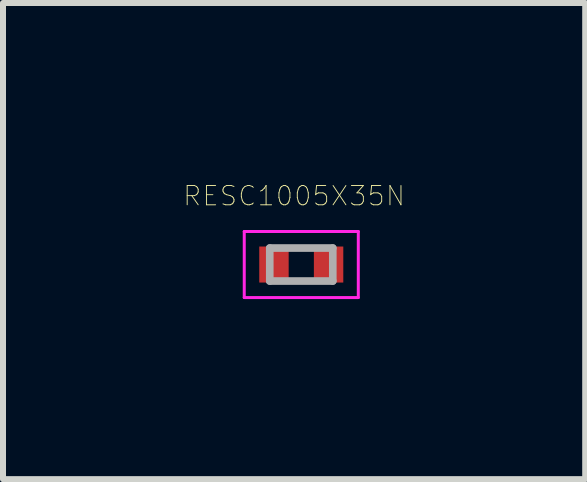
<source format=kicad_pcb>
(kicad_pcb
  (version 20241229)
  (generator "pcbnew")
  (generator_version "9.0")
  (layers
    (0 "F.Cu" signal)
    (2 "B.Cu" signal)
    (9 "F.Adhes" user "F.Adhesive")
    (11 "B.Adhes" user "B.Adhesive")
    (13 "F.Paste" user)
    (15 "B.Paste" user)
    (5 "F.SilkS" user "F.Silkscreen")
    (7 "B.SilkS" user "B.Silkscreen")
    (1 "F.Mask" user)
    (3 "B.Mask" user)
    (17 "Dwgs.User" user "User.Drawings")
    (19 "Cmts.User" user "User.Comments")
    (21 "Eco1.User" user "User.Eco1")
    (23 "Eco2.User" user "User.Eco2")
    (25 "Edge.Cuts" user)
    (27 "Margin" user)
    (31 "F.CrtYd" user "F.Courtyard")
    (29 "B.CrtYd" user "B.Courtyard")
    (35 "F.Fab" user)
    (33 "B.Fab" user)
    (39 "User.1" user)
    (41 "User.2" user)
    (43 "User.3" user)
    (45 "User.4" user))
  (footprint "RESC1005X35N"
    (layer "F.Cu")
    (at 1.969 1.357)
    (property "Reference" "RESC1005X35N" (at -0.12 -1.143 0) (layer "F.SilkS") (effects (font (size 0.321 0.321) (thickness 0.015))))
    (attr through_hole)
    (fp_line (start -0.95 -0.55) (end 0.95 -0.55) (stroke (width 0.05) (type solid)) (layer "F.CrtYd"))
    (fp_line (start -0.95 0.55) (end -0.95 -0.55) (stroke (width 0.05) (type solid)) (layer "F.CrtYd"))
    (fp_line (start 0.95 -0.55) (end 0.95 0.55) (stroke (width 0.05) (type solid)) (layer "F.CrtYd"))
    (fp_line (start 0.95 0.55) (end -0.95 0.55) (stroke (width 0.05) (type solid)) (layer "F.CrtYd"))
    (fp_line (start -0.525 -0.275) (end -0.525 0.275) (stroke (width 0.127) (type solid)) (layer "F.Fab"))
    (fp_line (start -0.525 -0.275) (end 0.525 -0.275) (stroke (width 0.127) (type solid)) (layer "F.Fab"))
    (fp_line (start -0.525 0.275) (end 0.525 0.275) (stroke (width 0.127) (type solid)) (layer "F.Fab"))
    (fp_line (start 0.525 -0.275) (end 0.525 0.275) (stroke (width 0.127) (type solid)) (layer "F.Fab"))
    (pad "1" smd rect (at -0.455 0) (size 0.49 0.6) (layers "F.Cu" "F.Mask" "F.Paste"))
    (pad "2" smd rect (at 0.455 0) (size 0.49 0.6) (layers "F.Cu" "F.Mask" "F.Paste")))
  (gr_rect
    (start -3 -3)
    (end 6.699 4.932)
    (stroke (width 0.1) (type default))
    (fill no)
    (layer "Edge.Cuts")))
</source>
